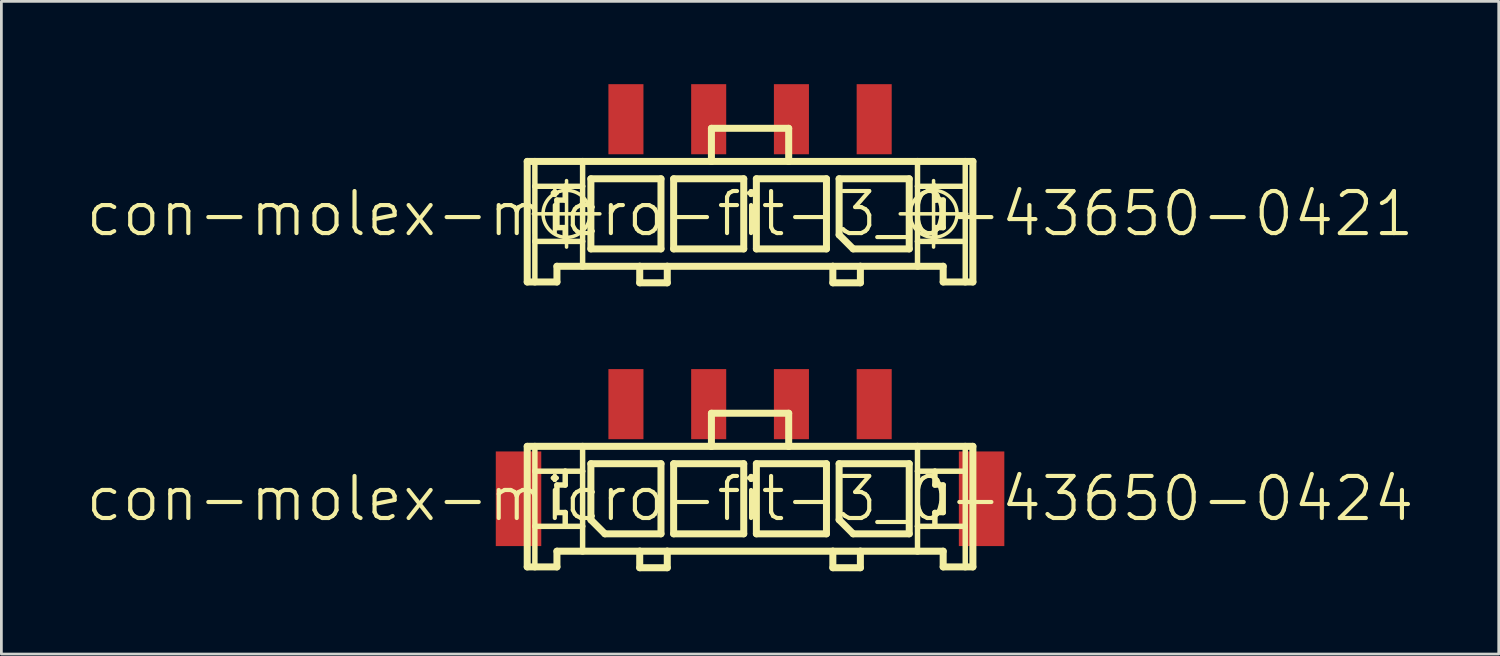
<source format=kicad_pcb>
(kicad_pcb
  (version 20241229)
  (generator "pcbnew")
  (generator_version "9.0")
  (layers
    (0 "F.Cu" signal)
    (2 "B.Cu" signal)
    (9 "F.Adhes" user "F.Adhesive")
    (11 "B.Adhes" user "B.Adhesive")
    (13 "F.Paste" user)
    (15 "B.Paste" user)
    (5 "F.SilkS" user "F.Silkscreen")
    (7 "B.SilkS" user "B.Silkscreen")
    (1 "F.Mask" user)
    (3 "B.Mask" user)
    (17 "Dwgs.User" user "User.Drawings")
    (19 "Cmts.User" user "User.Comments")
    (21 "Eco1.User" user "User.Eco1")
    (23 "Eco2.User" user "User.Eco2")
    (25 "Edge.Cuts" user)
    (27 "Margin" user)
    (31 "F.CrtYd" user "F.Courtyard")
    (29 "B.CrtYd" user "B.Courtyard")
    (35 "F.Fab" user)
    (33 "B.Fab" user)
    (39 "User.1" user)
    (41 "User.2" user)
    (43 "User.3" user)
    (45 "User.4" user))
  (footprint "con-molex-micro-fit-3_0-43650-0421"
    (layer "F.Cu")
    (at 24.13 4.699)
    (property "Reference" "con-molex-micro-fit-3_0-43650-0421" (at 0 0 0) (layer "F.SilkS") (effects (font (size 1.524 1.524) (thickness 0.15))))
    (attr smd)
    (fp_line (start -8.075 -1.9) (end -7.798 -1.9) (stroke (width 0.254) (type solid)) (layer "F.SilkS"))
    (fp_line (start -8.075 2.469) (end -8.075 -1.9) (stroke (width 0.254) (type solid)) (layer "F.SilkS"))
    (fp_line (start -7.854 0) (end -5.443 0) (stroke (width 0.127) (type solid)) (layer "F.SilkS"))
    (fp_line (start -7.798 -1.9) (end -6.068 -1.9) (stroke (width 0.254) (type solid)) (layer "F.SilkS"))
    (fp_line (start -7.798 -0.998) (end -7.798 -1.9) (stroke (width 0.198) (type solid)) (layer "F.SilkS"))
    (fp_line (start -7.798 0.998) (end -7.798 -0.998) (stroke (width 0.198) (type solid)) (layer "F.SilkS"))
    (fp_line (start -7.798 2.469) (end -8.075 2.469) (stroke (width 0.254) (type solid)) (layer "F.SilkS"))
    (fp_line (start -7.798 2.469) (end -7.798 0.998) (stroke (width 0.198) (type solid)) (layer "F.SilkS"))
    (fp_line (start -6.998 -0.498) (end -6.998 0.498) (stroke (width 0.198) (type solid)) (layer "F.SilkS"))
    (fp_line (start -6.998 0.498) (end -6.698 0.498) (stroke (width 0.198) (type solid)) (layer "F.SilkS"))
    (fp_line (start -6.998 1.9) (end -6.998 2.469) (stroke (width 0.254) (type solid)) (layer "F.SilkS"))
    (fp_line (start -6.998 2.469) (end -7.798 2.469) (stroke (width 0.254) (type solid)) (layer "F.SilkS"))
    (fp_line (start -6.698 -0.998) (end -7.798 -0.998) (stroke (width 0.198) (type solid)) (layer "F.SilkS"))
    (fp_line (start -6.698 -0.998) (end -6.698 -0.498) (stroke (width 0.198) (type solid)) (layer "F.SilkS"))
    (fp_line (start -6.698 -0.498) (end -6.998 -0.498) (stroke (width 0.198) (type solid)) (layer "F.SilkS"))
    (fp_line (start -6.698 0.498) (end -6.698 0.998) (stroke (width 0.198) (type solid)) (layer "F.SilkS"))
    (fp_line (start -6.698 0.998) (end -7.798 0.998) (stroke (width 0.198) (type solid)) (layer "F.SilkS"))
    (fp_line (start -6.65 1.204) (end -6.65 -1.204) (stroke (width 0.127) (type solid)) (layer "F.SilkS"))
    (fp_line (start -6.068 -1.9) (end -1.4 -1.9) (stroke (width 0.254) (type solid)) (layer "F.SilkS"))
    (fp_line (start -6.068 -0.998) (end -6.698 -0.998) (stroke (width 0.198) (type solid)) (layer "F.SilkS"))
    (fp_line (start -6.068 -0.998) (end -6.068 -1.9) (stroke (width 0.198) (type solid)) (layer "F.SilkS"))
    (fp_line (start -6.068 0.998) (end -6.698 0.998) (stroke (width 0.198) (type solid)) (layer "F.SilkS"))
    (fp_line (start -6.068 0.998) (end -6.068 -0.998) (stroke (width 0.198) (type solid)) (layer "F.SilkS"))
    (fp_line (start -6.068 1.9) (end -6.998 1.9) (stroke (width 0.254) (type solid)) (layer "F.SilkS"))
    (fp_line (start -6.068 1.9) (end -6.068 0.998) (stroke (width 0.198) (type solid)) (layer "F.SilkS"))
    (fp_line (start -5.768 -1.27) (end -3.228 -1.27) (stroke (width 0.254) (type solid)) (layer "F.SilkS"))
    (fp_line (start -5.768 1.27) (end -5.768 -1.27) (stroke (width 0.254) (type solid)) (layer "F.SilkS"))
    (fp_line (start -3.998 1.9) (end -6.068 1.9) (stroke (width 0.254) (type solid)) (layer "F.SilkS"))
    (fp_line (start -3.998 1.9) (end -3.998 2.499) (stroke (width 0.254) (type solid)) (layer "F.SilkS"))
    (fp_line (start -3.998 2.499) (end -3 2.499) (stroke (width 0.254) (type solid)) (layer "F.SilkS"))
    (fp_line (start -3.228 -1.27) (end -3.228 1.27) (stroke (width 0.254) (type solid)) (layer "F.SilkS"))
    (fp_line (start -3.228 1.27) (end -5.768 1.27) (stroke (width 0.254) (type solid)) (layer "F.SilkS"))
    (fp_line (start -3 1.9) (end -3.998 1.9) (stroke (width 0.254) (type solid)) (layer "F.SilkS"))
    (fp_line (start -3 2.499) (end -3 1.9) (stroke (width 0.254) (type solid)) (layer "F.SilkS"))
    (fp_line (start -2.769 -1.27) (end -0.229 -1.27) (stroke (width 0.254) (type solid)) (layer "F.SilkS"))
    (fp_line (start -2.769 1.27) (end -2.769 -1.27) (stroke (width 0.254) (type solid)) (layer "F.SilkS"))
    (fp_line (start -1.4 -3.099) (end -1.4 -1.9) (stroke (width 0.254) (type solid)) (layer "F.SilkS"))
    (fp_line (start -1.4 -3.099) (end 1.4 -3.099) (stroke (width 0.254) (type solid)) (layer "F.SilkS"))
    (fp_line (start -1.4 -1.9) (end 1.4 -1.9) (stroke (width 0.254) (type solid)) (layer "F.SilkS"))
    (fp_line (start -0.229 -1.27) (end -0.229 1.27) (stroke (width 0.254) (type solid)) (layer "F.SilkS"))
    (fp_line (start -0.229 1.27) (end -2.769 1.27) (stroke (width 0.254) (type solid)) (layer "F.SilkS"))
    (fp_line (start 0.229 -1.27) (end 2.769 -1.27) (stroke (width 0.254) (type solid)) (layer "F.SilkS"))
    (fp_line (start 0.229 1.27) (end 0.229 -1.27) (stroke (width 0.254) (type solid)) (layer "F.SilkS"))
    (fp_line (start 1.4 -3.099) (end 1.4 -1.9) (stroke (width 0.254) (type solid)) (layer "F.SilkS"))
    (fp_line (start 1.4 -1.9) (end 6.068 -1.9) (stroke (width 0.254) (type solid)) (layer "F.SilkS"))
    (fp_line (start 2.769 -1.27) (end 2.769 1.27) (stroke (width 0.254) (type solid)) (layer "F.SilkS"))
    (fp_line (start 2.769 1.27) (end 0.229 1.27) (stroke (width 0.254) (type solid)) (layer "F.SilkS"))
    (fp_line (start 3 1.9) (end -3 1.9) (stroke (width 0.254) (type solid)) (layer "F.SilkS"))
    (fp_line (start 3 1.9) (end 3 2.499) (stroke (width 0.254) (type solid)) (layer "F.SilkS"))
    (fp_line (start 3 2.499) (end 3.998 2.499) (stroke (width 0.254) (type solid)) (layer "F.SilkS"))
    (fp_line (start 3.228 -1.27) (end 5.768 -1.27) (stroke (width 0.254) (type solid)) (layer "F.SilkS"))
    (fp_line (start 3.228 0.762) (end 3.228 -1.27) (stroke (width 0.254) (type solid)) (layer "F.SilkS"))
    (fp_line (start 3.736 1.27) (end 3.228 0.762) (stroke (width 0.254) (type solid)) (layer "F.SilkS"))
    (fp_line (start 3.998 1.9) (end 3 1.9) (stroke (width 0.254) (type solid)) (layer "F.SilkS"))
    (fp_line (start 3.998 2.499) (end 3.998 1.9) (stroke (width 0.254) (type solid)) (layer "F.SilkS"))
    (fp_line (start 5.443 0) (end 7.854 0) (stroke (width 0.127) (type solid)) (layer "F.SilkS"))
    (fp_line (start 5.768 -1.27) (end 5.768 1.27) (stroke (width 0.254) (type solid)) (layer "F.SilkS"))
    (fp_line (start 5.768 1.27) (end 3.736 1.27) (stroke (width 0.254) (type solid)) (layer "F.SilkS"))
    (fp_line (start 6.068 -1.9) (end 6.068 -0.998) (stroke (width 0.198) (type solid)) (layer "F.SilkS"))
    (fp_line (start 6.068 -1.9) (end 7.798 -1.9) (stroke (width 0.254) (type solid)) (layer "F.SilkS"))
    (fp_line (start 6.068 -0.998) (end 6.068 0.998) (stroke (width 0.198) (type solid)) (layer "F.SilkS"))
    (fp_line (start 6.068 -0.998) (end 6.698 -0.998) (stroke (width 0.198) (type solid)) (layer "F.SilkS"))
    (fp_line (start 6.068 0.998) (end 6.068 1.9) (stroke (width 0.198) (type solid)) (layer "F.SilkS"))
    (fp_line (start 6.068 0.998) (end 6.698 0.998) (stroke (width 0.198) (type solid)) (layer "F.SilkS"))
    (fp_line (start 6.068 1.9) (end 3.998 1.9) (stroke (width 0.254) (type solid)) (layer "F.SilkS"))
    (fp_line (start 6.65 1.204) (end 6.65 -1.204) (stroke (width 0.127) (type solid)) (layer "F.SilkS"))
    (fp_line (start 6.698 -0.998) (end 6.698 -0.498) (stroke (width 0.198) (type solid)) (layer "F.SilkS"))
    (fp_line (start 6.698 -0.998) (end 7.798 -0.998) (stroke (width 0.198) (type solid)) (layer "F.SilkS"))
    (fp_line (start 6.698 -0.498) (end 6.998 -0.498) (stroke (width 0.198) (type solid)) (layer "F.SilkS"))
    (fp_line (start 6.698 0.498) (end 6.698 0.998) (stroke (width 0.198) (type solid)) (layer "F.SilkS"))
    (fp_line (start 6.698 0.998) (end 7.798 0.998) (stroke (width 0.198) (type solid)) (layer "F.SilkS"))
    (fp_line (start 6.998 -0.498) (end 6.998 0.498) (stroke (width 0.198) (type solid)) (layer "F.SilkS"))
    (fp_line (start 6.998 0.498) (end 6.698 0.498) (stroke (width 0.198) (type solid)) (layer "F.SilkS"))
    (fp_line (start 6.998 1.9) (end 6.068 1.9) (stroke (width 0.254) (type solid)) (layer "F.SilkS"))
    (fp_line (start 6.998 2.469) (end 6.998 1.9) (stroke (width 0.254) (type solid)) (layer "F.SilkS"))
    (fp_line (start 6.998 2.469) (end 7.798 2.469) (stroke (width 0.254) (type solid)) (layer "F.SilkS"))
    (fp_line (start 7.798 -1.9) (end 8.075 -1.9) (stroke (width 0.254) (type solid)) (layer "F.SilkS"))
    (fp_line (start 7.798 -0.998) (end 7.798 -1.9) (stroke (width 0.198) (type solid)) (layer "F.SilkS"))
    (fp_line (start 7.798 0.998) (end 7.798 -0.998) (stroke (width 0.198) (type solid)) (layer "F.SilkS"))
    (fp_line (start 7.798 2.469) (end 7.798 0.998) (stroke (width 0.198) (type solid)) (layer "F.SilkS"))
    (fp_line (start 7.798 2.469) (end 8.075 2.469) (stroke (width 0.254) (type solid)) (layer "F.SilkS"))
    (fp_line (start 8.075 -1.9) (end 8.075 2.469) (stroke (width 0.254) (type solid)) (layer "F.SilkS"))
    (fp_circle (center -6.65 0) (end -7.252 0.602) (stroke (width 0.127) (type solid)) (fill no) (layer "F.SilkS"))
    (fp_circle (center 6.65 0) (end 7.252 0.602) (stroke (width 0.127) (type solid)) (fill no) (layer "F.SilkS"))
    (pad "P$1" smd rect (at 4.498 -3.429) (size 1.27 2.54) (layers "F.Cu" "F.Mask" "F.Paste"))
    (pad "P$2" smd rect (at 1.499 -3.429) (size 1.27 2.54) (layers "F.Cu" "F.Mask" "F.Paste"))
    (pad "P$3" smd rect (at -1.499 -3.429) (size 1.27 2.54) (layers "F.Cu" "F.Mask" "F.Paste"))
    (pad "P$4" smd rect (at -4.498 -3.429) (size 1.27 2.54) (layers "F.Cu" "F.Mask" "F.Paste")))
  (footprint "con-molex-micro-fit-3_0-43650-0424"
    (layer "F.Cu")
    (at 24.13 15.024)
    (property "Reference" "con-molex-micro-fit-3_0-43650-0424" (at 0 0 0) (layer "F.SilkS") (effects (font (size 1.524 1.524) (thickness 0.15))))
    (attr smd)
    (fp_line (start -8.075 -1.9) (end -7.798 -1.9) (stroke (width 0.254) (type solid)) (layer "F.SilkS"))
    (fp_line (start -8.075 2.469) (end -8.075 -1.9) (stroke (width 0.254) (type solid)) (layer "F.SilkS"))
    (fp_line (start -7.798 -1.9) (end -6.068 -1.9) (stroke (width 0.254) (type solid)) (layer "F.SilkS"))
    (fp_line (start -7.798 -0.998) (end -7.798 -1.9) (stroke (width 0.198) (type solid)) (layer "F.SilkS"))
    (fp_line (start -7.798 0.998) (end -7.798 -0.998) (stroke (width 0.198) (type solid)) (layer "F.SilkS"))
    (fp_line (start -7.798 2.469) (end -8.075 2.469) (stroke (width 0.254) (type solid)) (layer "F.SilkS"))
    (fp_line (start -7.798 2.469) (end -7.798 0.998) (stroke (width 0.198) (type solid)) (layer "F.SilkS"))
    (fp_line (start -6.998 -0.498) (end -6.998 0.498) (stroke (width 0.198) (type solid)) (layer "F.SilkS"))
    (fp_line (start -6.998 0.498) (end -6.698 0.498) (stroke (width 0.198) (type solid)) (layer "F.SilkS"))
    (fp_line (start -6.998 1.9) (end -6.998 2.469) (stroke (width 0.254) (type solid)) (layer "F.SilkS"))
    (fp_line (start -6.998 2.469) (end -7.798 2.469) (stroke (width 0.254) (type solid)) (layer "F.SilkS"))
    (fp_line (start -6.698 -0.998) (end -7.798 -0.998) (stroke (width 0.198) (type solid)) (layer "F.SilkS"))
    (fp_line (start -6.698 -0.998) (end -6.698 -0.498) (stroke (width 0.198) (type solid)) (layer "F.SilkS"))
    (fp_line (start -6.698 -0.498) (end -6.998 -0.498) (stroke (width 0.198) (type solid)) (layer "F.SilkS"))
    (fp_line (start -6.698 0.498) (end -6.698 0.998) (stroke (width 0.198) (type solid)) (layer "F.SilkS"))
    (fp_line (start -6.698 0.998) (end -7.798 0.998) (stroke (width 0.198) (type solid)) (layer "F.SilkS"))
    (fp_line (start -6.068 -1.9) (end -1.4 -1.9) (stroke (width 0.254) (type solid)) (layer "F.SilkS"))
    (fp_line (start -6.068 -0.998) (end -6.698 -0.998) (stroke (width 0.198) (type solid)) (layer "F.SilkS"))
    (fp_line (start -6.068 -0.998) (end -6.068 -1.9) (stroke (width 0.198) (type solid)) (layer "F.SilkS"))
    (fp_line (start -6.068 0.998) (end -6.698 0.998) (stroke (width 0.198) (type solid)) (layer "F.SilkS"))
    (fp_line (start -6.068 0.998) (end -6.068 -0.998) (stroke (width 0.198) (type solid)) (layer "F.SilkS"))
    (fp_line (start -6.068 1.9) (end -6.998 1.9) (stroke (width 0.254) (type solid)) (layer "F.SilkS"))
    (fp_line (start -6.068 1.9) (end -6.068 0.998) (stroke (width 0.198) (type solid)) (layer "F.SilkS"))
    (fp_line (start -5.768 -1.27) (end -3.228 -1.27) (stroke (width 0.254) (type solid)) (layer "F.SilkS"))
    (fp_line (start -5.768 0.762) (end -5.768 -1.27) (stroke (width 0.254) (type solid)) (layer "F.SilkS"))
    (fp_line (start -5.26 1.27) (end -5.768 0.762) (stroke (width 0.254) (type solid)) (layer "F.SilkS"))
    (fp_line (start -3.998 1.9) (end -6.068 1.9) (stroke (width 0.254) (type solid)) (layer "F.SilkS"))
    (fp_line (start -3.998 1.9) (end -3.998 2.499) (stroke (width 0.254) (type solid)) (layer "F.SilkS"))
    (fp_line (start -3.998 2.499) (end -3 2.499) (stroke (width 0.254) (type solid)) (layer "F.SilkS"))
    (fp_line (start -3.228 -1.27) (end -3.228 1.27) (stroke (width 0.254) (type solid)) (layer "F.SilkS"))
    (fp_line (start -3.228 1.27) (end -5.26 1.27) (stroke (width 0.254) (type solid)) (layer "F.SilkS"))
    (fp_line (start -3 1.9) (end -3.998 1.9) (stroke (width 0.254) (type solid)) (layer "F.SilkS"))
    (fp_line (start -3 2.499) (end -3 1.9) (stroke (width 0.254) (type solid)) (layer "F.SilkS"))
    (fp_line (start -2.769 -1.27) (end -0.229 -1.27) (stroke (width 0.254) (type solid)) (layer "F.SilkS"))
    (fp_line (start -2.769 1.27) (end -2.769 -1.27) (stroke (width 0.254) (type solid)) (layer "F.SilkS"))
    (fp_line (start -1.4 -3.099) (end -1.4 -1.9) (stroke (width 0.254) (type solid)) (layer "F.SilkS"))
    (fp_line (start -1.4 -3.099) (end 1.4 -3.099) (stroke (width 0.254) (type solid)) (layer "F.SilkS"))
    (fp_line (start -1.4 -1.9) (end 1.4 -1.9) (stroke (width 0.254) (type solid)) (layer "F.SilkS"))
    (fp_line (start -0.229 -1.27) (end -0.229 1.27) (stroke (width 0.254) (type solid)) (layer "F.SilkS"))
    (fp_line (start -0.229 1.27) (end -2.769 1.27) (stroke (width 0.254) (type solid)) (layer "F.SilkS"))
    (fp_line (start 0.229 -1.27) (end 2.769 -1.27) (stroke (width 0.254) (type solid)) (layer "F.SilkS"))
    (fp_line (start 0.229 1.27) (end 0.229 -1.27) (stroke (width 0.254) (type solid)) (layer "F.SilkS"))
    (fp_line (start 1.4 -3.099) (end 1.4 -1.9) (stroke (width 0.254) (type solid)) (layer "F.SilkS"))
    (fp_line (start 1.4 -1.9) (end 6.068 -1.9) (stroke (width 0.254) (type solid)) (layer "F.SilkS"))
    (fp_line (start 2.769 -1.27) (end 2.769 1.27) (stroke (width 0.254) (type solid)) (layer "F.SilkS"))
    (fp_line (start 2.769 1.27) (end 0.229 1.27) (stroke (width 0.254) (type solid)) (layer "F.SilkS"))
    (fp_line (start 3 1.9) (end -3 1.9) (stroke (width 0.254) (type solid)) (layer "F.SilkS"))
    (fp_line (start 3 1.9) (end 3 2.499) (stroke (width 0.254) (type solid)) (layer "F.SilkS"))
    (fp_line (start 3 2.499) (end 3.998 2.499) (stroke (width 0.254) (type solid)) (layer "F.SilkS"))
    (fp_line (start 3.228 -1.27) (end 5.768 -1.27) (stroke (width 0.254) (type solid)) (layer "F.SilkS"))
    (fp_line (start 3.228 0.762) (end 3.228 -1.27) (stroke (width 0.254) (type solid)) (layer "F.SilkS"))
    (fp_line (start 3.736 1.27) (end 3.228 0.762) (stroke (width 0.254) (type solid)) (layer "F.SilkS"))
    (fp_line (start 3.998 1.9) (end 3 1.9) (stroke (width 0.254) (type solid)) (layer "F.SilkS"))
    (fp_line (start 3.998 2.499) (end 3.998 1.9) (stroke (width 0.254) (type solid)) (layer "F.SilkS"))
    (fp_line (start 5.768 -1.27) (end 5.768 1.27) (stroke (width 0.254) (type solid)) (layer "F.SilkS"))
    (fp_line (start 5.768 1.27) (end 3.736 1.27) (stroke (width 0.254) (type solid)) (layer "F.SilkS"))
    (fp_line (start 6.068 -1.9) (end 6.068 -0.998) (stroke (width 0.198) (type solid)) (layer "F.SilkS"))
    (fp_line (start 6.068 -1.9) (end 7.798 -1.9) (stroke (width 0.254) (type solid)) (layer "F.SilkS"))
    (fp_line (start 6.068 -0.998) (end 6.068 0.998) (stroke (width 0.198) (type solid)) (layer "F.SilkS"))
    (fp_line (start 6.068 -0.998) (end 6.698 -0.998) (stroke (width 0.198) (type solid)) (layer "F.SilkS"))
    (fp_line (start 6.068 0.998) (end 6.068 1.9) (stroke (width 0.198) (type solid)) (layer "F.SilkS"))
    (fp_line (start 6.068 0.998) (end 6.698 0.998) (stroke (width 0.198) (type solid)) (layer "F.SilkS"))
    (fp_line (start 6.068 1.9) (end 3.998 1.9) (stroke (width 0.254) (type solid)) (layer "F.SilkS"))
    (fp_line (start 6.698 -0.998) (end 6.698 -0.498) (stroke (width 0.198) (type solid)) (layer "F.SilkS"))
    (fp_line (start 6.698 -0.998) (end 7.798 -0.998) (stroke (width 0.198) (type solid)) (layer "F.SilkS"))
    (fp_line (start 6.698 -0.498) (end 6.998 -0.498) (stroke (width 0.198) (type solid)) (layer "F.SilkS"))
    (fp_line (start 6.698 0.498) (end 6.698 0.998) (stroke (width 0.198) (type solid)) (layer "F.SilkS"))
    (fp_line (start 6.698 0.998) (end 7.798 0.998) (stroke (width 0.198) (type solid)) (layer "F.SilkS"))
    (fp_line (start 6.998 -0.498) (end 6.998 0.498) (stroke (width 0.198) (type solid)) (layer "F.SilkS"))
    (fp_line (start 6.998 0.498) (end 6.698 0.498) (stroke (width 0.198) (type solid)) (layer "F.SilkS"))
    (fp_line (start 6.998 1.9) (end 6.068 1.9) (stroke (width 0.254) (type solid)) (layer "F.SilkS"))
    (fp_line (start 6.998 2.469) (end 6.998 1.9) (stroke (width 0.254) (type solid)) (layer "F.SilkS"))
    (fp_line (start 6.998 2.469) (end 7.798 2.469) (stroke (width 0.254) (type solid)) (layer "F.SilkS"))
    (fp_line (start 7.798 -1.9) (end 8.075 -1.9) (stroke (width 0.254) (type solid)) (layer "F.SilkS"))
    (fp_line (start 7.798 -0.998) (end 7.798 -1.9) (stroke (width 0.198) (type solid)) (layer "F.SilkS"))
    (fp_line (start 7.798 0.998) (end 7.798 -0.998) (stroke (width 0.198) (type solid)) (layer "F.SilkS"))
    (fp_line (start 7.798 2.469) (end 7.798 0.998) (stroke (width 0.198) (type solid)) (layer "F.SilkS"))
    (fp_line (start 7.798 2.469) (end 8.075 2.469) (stroke (width 0.254) (type solid)) (layer "F.SilkS"))
    (fp_line (start 8.075 -1.9) (end 8.075 2.469) (stroke (width 0.254) (type solid)) (layer "F.SilkS"))
    (pad "P$1" smd rect (at 4.498 -3.429) (size 1.27 2.54) (layers "F.Cu" "F.Mask" "F.Paste"))
    (pad "P$2" smd rect (at 1.499 -3.429) (size 1.27 2.54) (layers "F.Cu" "F.Mask" "F.Paste"))
    (pad "P$3" smd rect (at -1.499 -3.429) (size 1.27 2.54) (layers "F.Cu" "F.Mask" "F.Paste"))
    (pad "P$4" smd rect (at -4.498 -3.429) (size 1.27 2.54) (layers "F.Cu" "F.Mask" "F.Paste"))
    (pad "TAB1" smd rect (at 8.39 0) (size 1.648 3.429) (layers "F.Cu" "F.Mask" "F.Paste"))
    (pad "TAB2" smd rect (at -8.39 0) (size 1.648 3.429) (layers "F.Cu" "F.Mask" "F.Paste")))
  (gr_rect
    (start -3 -3)
    (end 51.26 20.651)
    (stroke (width 0.1) (type default))
    (fill no)
    (layer "Edge.Cuts")))
</source>
